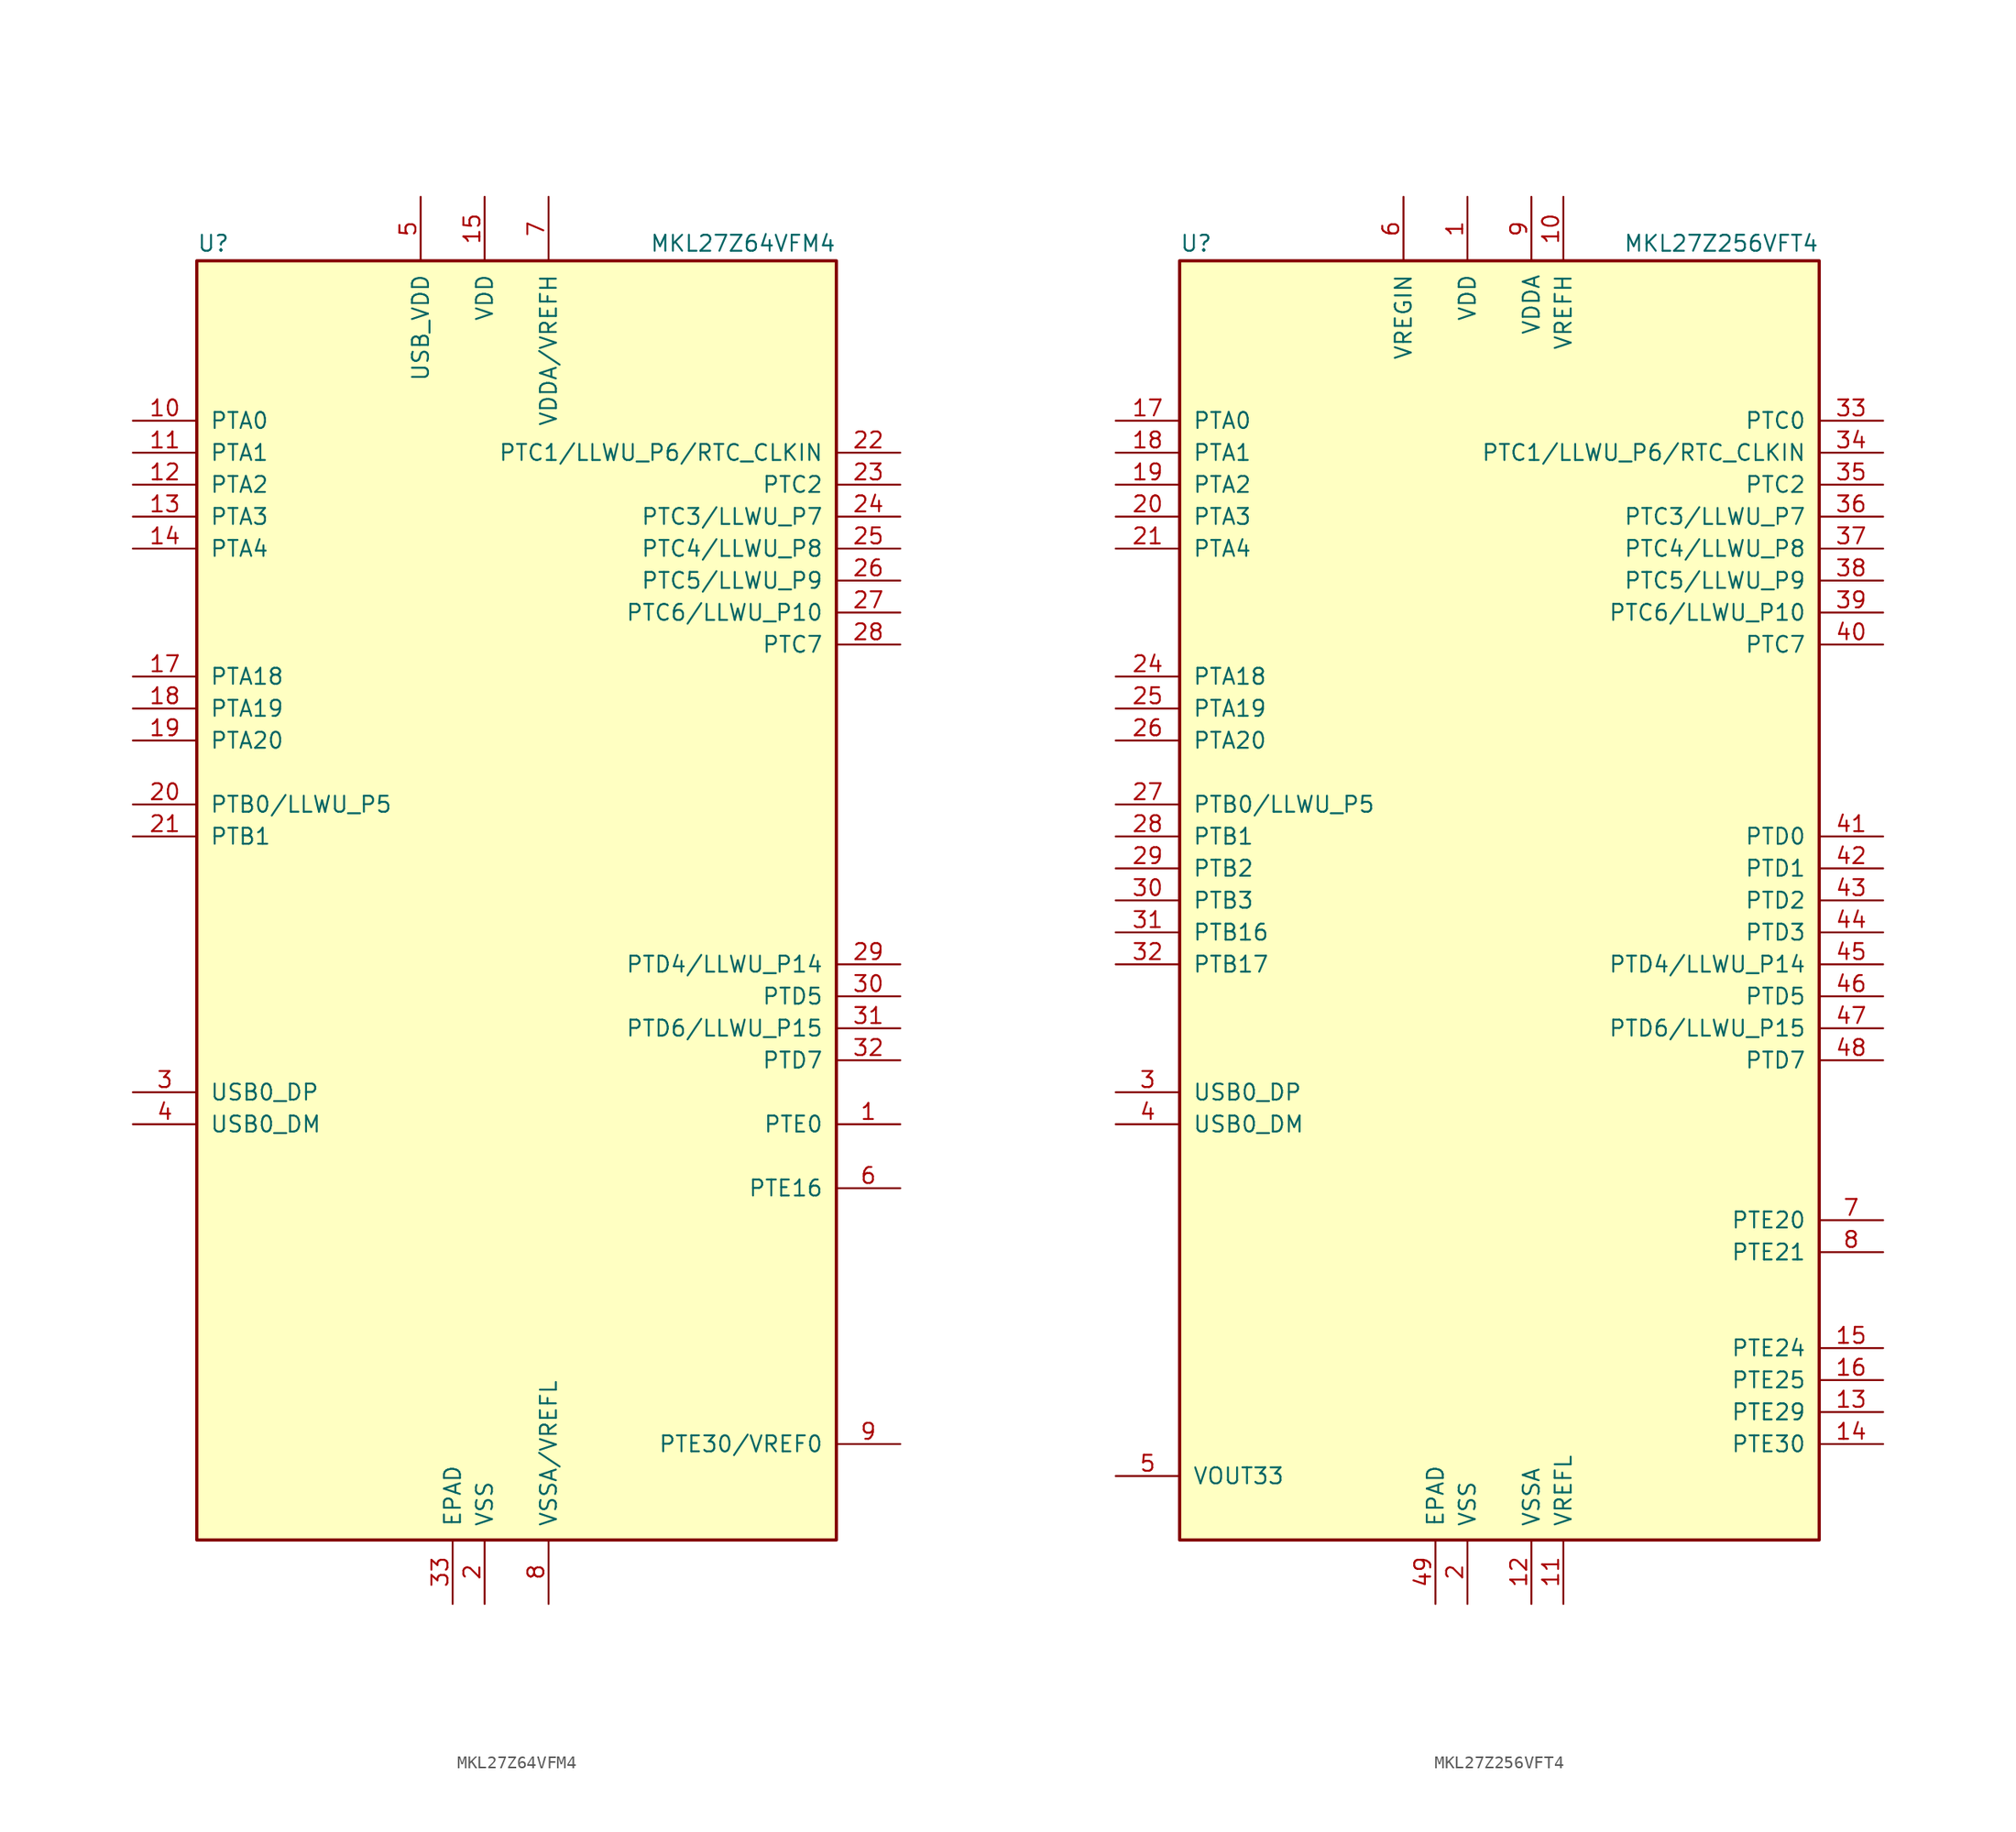
<source format=kicad_sym>
(kicad_symbol_lib
  (version 20231120)
  (generator "kicad_symbol_editor")
  (generator_version "8.0")
  (symbol "MKL27Z64VFM4"
    (pin_names
      (offset 1.016))
    (property "Reference" "U"
      (at -25.4 51.435 0)
      (effects (font (size 1.27 1.27)) (justify left bottom)))
    (property "Value" "MKL27Z64VFM4"
      (at 25.4 51.435 0)
      (effects (font (size 1.27 1.27)) (justify right bottom)))
    (symbol "MKL27Z64VFM4_0_1"
      (rectangle (start -25.4 50.8) (end 25.4 -50.8) (stroke (width 0.254) (type default)) (fill (type background))))
    (symbol "MKL27Z64VFM4_1_1"
      (pin bidirectional line (at 30.48 -17.78 180) (length 5.08) (name "PTE0" (effects (font (size 1.27 1.27)))) (number "1" (effects (font (size 1.27 1.27)))))
      (pin bidirectional line (at -30.48 38.1 0) (length 5.08) (name "PTA0" (effects (font (size 1.27 1.27)))) (number "10" (effects (font (size 1.27 1.27)))))
      (pin bidirectional line (at -30.48 35.56 0) (length 5.08) (name "PTA1" (effects (font (size 1.27 1.27)))) (number "11" (effects (font (size 1.27 1.27)))))
      (pin bidirectional line (at -30.48 33.02 0) (length 5.08) (name "PTA2" (effects (font (size 1.27 1.27)))) (number "12" (effects (font (size 1.27 1.27)))))
      (pin bidirectional line (at -30.48 30.48 0) (length 5.08) (name "PTA3" (effects (font (size 1.27 1.27)))) (number "13" (effects (font (size 1.27 1.27)))))
      (pin bidirectional line (at -30.48 27.94 0) (length 5.08) (name "PTA4" (effects (font (size 1.27 1.27)))) (number "14" (effects (font (size 1.27 1.27)))))
      (pin power_in line (at -2.54 55.88 270) (length 5.08) (name "VDD" (effects (font (size 1.27 1.27)))) (number "15" (effects (font (size 1.27 1.27)))))
      (pin passive line (at -2.54 -55.88 90) (length 5.08) hide (name "VSS" (effects (font (size 1.27 1.27)))) (number "16" (effects (font (size 1.27 1.27)))))
      (pin bidirectional line (at -30.48 17.78 0) (length 5.08) (name "PTA18" (effects (font (size 1.27 1.27)))) (number "17" (effects (font (size 1.27 1.27)))))
      (pin bidirectional line (at -30.48 15.24 0) (length 5.08) (name "PTA19" (effects (font (size 1.27 1.27)))) (number "18" (effects (font (size 1.27 1.27)))))
      (pin bidirectional line (at -30.48 12.7 0) (length 5.08) (name "PTA20" (effects (font (size 1.27 1.27)))) (number "19" (effects (font (size 1.27 1.27)))))
      (pin power_in line (at -2.54 -55.88 90) (length 5.08) (name "VSS" (effects (font (size 1.27 1.27)))) (number "2" (effects (font (size 1.27 1.27)))))
      (pin bidirectional line (at -30.48 7.62 0) (length 5.08) (name "PTB0/LLWU_P5" (effects (font (size 1.27 1.27)))) (number "20" (effects (font (size 1.27 1.27)))))
      (pin bidirectional line (at -30.48 5.08 0) (length 5.08) (name "PTB1" (effects (font (size 1.27 1.27)))) (number "21" (effects (font (size 1.27 1.27)))))
      (pin bidirectional line (at 30.48 35.56 180) (length 5.08) (name "PTC1/LLWU_P6/RTC_CLKIN" (effects (font (size 1.27 1.27)))) (number "22" (effects (font (size 1.27 1.27)))))
      (pin bidirectional line (at 30.48 33.02 180) (length 5.08) (name "PTC2" (effects (font (size 1.27 1.27)))) (number "23" (effects (font (size 1.27 1.27)))))
      (pin bidirectional line (at 30.48 30.48 180) (length 5.08) (name "PTC3/LLWU_P7" (effects (font (size 1.27 1.27)))) (number "24" (effects (font (size 1.27 1.27)))))
      (pin bidirectional line (at 30.48 27.94 180) (length 5.08) (name "PTC4/LLWU_P8" (effects (font (size 1.27 1.27)))) (number "25" (effects (font (size 1.27 1.27)))))
      (pin bidirectional line (at 30.48 25.4 180) (length 5.08) (name "PTC5/LLWU_P9" (effects (font (size 1.27 1.27)))) (number "26" (effects (font (size 1.27 1.27)))))
      (pin bidirectional line (at 30.48 22.86 180) (length 5.08) (name "PTC6/LLWU_P10" (effects (font (size 1.27 1.27)))) (number "27" (effects (font (size 1.27 1.27)))))
      (pin bidirectional line (at 30.48 20.32 180) (length 5.08) (name "PTC7" (effects (font (size 1.27 1.27)))) (number "28" (effects (font (size 1.27 1.27)))))
      (pin bidirectional line (at 30.48 -5.08 180) (length 5.08) (name "PTD4/LLWU_P14" (effects (font (size 1.27 1.27)))) (number "29" (effects (font (size 1.27 1.27)))))
      (pin bidirectional line (at -30.48 -15.24 0) (length 5.08) (name "USB0_DP" (effects (font (size 1.27 1.27)))) (number "3" (effects (font (size 1.27 1.27)))))
      (pin bidirectional line (at 30.48 -7.62 180) (length 5.08) (name "PTD5" (effects (font (size 1.27 1.27)))) (number "30" (effects (font (size 1.27 1.27)))))
      (pin bidirectional line (at 30.48 -10.16 180) (length 5.08) (name "PTD6/LLWU_P15" (effects (font (size 1.27 1.27)))) (number "31" (effects (font (size 1.27 1.27)))))
      (pin bidirectional line (at 30.48 -12.7 180) (length 5.08) (name "PTD7" (effects (font (size 1.27 1.27)))) (number "32" (effects (font (size 1.27 1.27)))))
      (pin power_in line (at -5.08 -55.88 90) (length 5.08) (name "EPAD" (effects (font (size 1.27 1.27)))) (number "33" (effects (font (size 1.27 1.27)))))
      (pin bidirectional line (at -30.48 -17.78 0) (length 5.08) (name "USB0_DM" (effects (font (size 1.27 1.27)))) (number "4" (effects (font (size 1.27 1.27)))))
      (pin power_in line (at -7.62 55.88 270) (length 5.08) (name "USB_VDD" (effects (font (size 1.27 1.27)))) (number "5" (effects (font (size 1.27 1.27)))))
      (pin bidirectional line (at 30.48 -22.86 180) (length 5.08) (name "PTE16" (effects (font (size 1.27 1.27)))) (number "6" (effects (font (size 1.27 1.27)))))
      (pin power_in line (at 2.54 55.88 270) (length 5.08) (name "VDDA/VREFH" (effects (font (size 1.27 1.27)))) (number "7" (effects (font (size 1.27 1.27)))))
      (pin power_in line (at 2.54 -55.88 90) (length 5.08) (name "VSSA/VREFL" (effects (font (size 1.27 1.27)))) (number "8" (effects (font (size 1.27 1.27)))))
      (pin bidirectional line (at 30.48 -43.18 180) (length 5.08) (name "PTE30/VREF0" (effects (font (size 1.27 1.27)))) (number "9" (effects (font (size 1.27 1.27)))))))
  (symbol "MKL27Z256VFT4"
    (pin_names
      (offset 1.016))
    (property "Reference" "U"
      (at -25.4 51.435 0)
      (effects (font (size 1.27 1.27)) (justify left bottom)))
    (property "Value" "MKL27Z256VFT4"
      (at 25.4 51.435 0)
      (effects (font (size 1.27 1.27)) (justify right bottom)))
    (symbol "MKL27Z256VFT4_0_1"
      (rectangle (start -25.4 50.8) (end 25.4 -50.8) (stroke (width 0.254) (type default)) (fill (type background))))
    (symbol "MKL27Z256VFT4_1_1"
      (pin power_in line (at -2.54 55.88 270) (length 5.08) (name "VDD" (effects (font (size 1.27 1.27)))) (number "1" (effects (font (size 1.27 1.27)))))
      (pin power_in line (at 5.08 55.88 270) (length 5.08) (name "VREFH" (effects (font (size 1.27 1.27)))) (number "10" (effects (font (size 1.27 1.27)))))
      (pin power_in line (at 5.08 -55.88 90) (length 5.08) (name "VREFL" (effects (font (size 1.27 1.27)))) (number "11" (effects (font (size 1.27 1.27)))))
      (pin power_in line (at 2.54 -55.88 90) (length 5.08) (name "VSSA" (effects (font (size 1.27 1.27)))) (number "12" (effects (font (size 1.27 1.27)))))
      (pin bidirectional line (at 30.48 -40.64 180) (length 5.08) (name "PTE29" (effects (font (size 1.27 1.27)))) (number "13" (effects (font (size 1.27 1.27)))))
      (pin bidirectional line (at 30.48 -43.18 180) (length 5.08) (name "PTE30" (effects (font (size 1.27 1.27)))) (number "14" (effects (font (size 1.27 1.27)))))
      (pin bidirectional line (at 30.48 -35.56 180) (length 5.08) (name "PTE24" (effects (font (size 1.27 1.27)))) (number "15" (effects (font (size 1.27 1.27)))))
      (pin bidirectional line (at 30.48 -38.1 180) (length 5.08) (name "PTE25" (effects (font (size 1.27 1.27)))) (number "16" (effects (font (size 1.27 1.27)))))
      (pin bidirectional line (at -30.48 38.1 0) (length 5.08) (name "PTA0" (effects (font (size 1.27 1.27)))) (number "17" (effects (font (size 1.27 1.27)))))
      (pin bidirectional line (at -30.48 35.56 0) (length 5.08) (name "PTA1" (effects (font (size 1.27 1.27)))) (number "18" (effects (font (size 1.27 1.27)))))
      (pin bidirectional line (at -30.48 33.02 0) (length 5.08) (name "PTA2" (effects (font (size 1.27 1.27)))) (number "19" (effects (font (size 1.27 1.27)))))
      (pin power_in line (at -2.54 -55.88 90) (length 5.08) (name "VSS" (effects (font (size 1.27 1.27)))) (number "2" (effects (font (size 1.27 1.27)))))
      (pin bidirectional line (at -30.48 30.48 0) (length 5.08) (name "PTA3" (effects (font (size 1.27 1.27)))) (number "20" (effects (font (size 1.27 1.27)))))
      (pin bidirectional line (at -30.48 27.94 0) (length 5.08) (name "PTA4" (effects (font (size 1.27 1.27)))) (number "21" (effects (font (size 1.27 1.27)))))
      (pin passive line (at -2.54 55.88 270) (length 5.08) hide (name "VDD" (effects (font (size 1.27 1.27)))) (number "22" (effects (font (size 1.27 1.27)))))
      (pin passive line (at -2.54 -55.88 90) (length 5.08) hide (name "VSS" (effects (font (size 1.27 1.27)))) (number "23" (effects (font (size 1.27 1.27)))))
      (pin bidirectional line (at -30.48 17.78 0) (length 5.08) (name "PTA18" (effects (font (size 1.27 1.27)))) (number "24" (effects (font (size 1.27 1.27)))))
      (pin bidirectional line (at -30.48 15.24 0) (length 5.08) (name "PTA19" (effects (font (size 1.27 1.27)))) (number "25" (effects (font (size 1.27 1.27)))))
      (pin bidirectional line (at -30.48 12.7 0) (length 5.08) (name "PTA20" (effects (font (size 1.27 1.27)))) (number "26" (effects (font (size 1.27 1.27)))))
      (pin bidirectional line (at -30.48 7.62 0) (length 5.08) (name "PTB0/LLWU_P5" (effects (font (size 1.27 1.27)))) (number "27" (effects (font (size 1.27 1.27)))))
      (pin bidirectional line (at -30.48 5.08 0) (length 5.08) (name "PTB1" (effects (font (size 1.27 1.27)))) (number "28" (effects (font (size 1.27 1.27)))))
      (pin bidirectional line (at -30.48 2.54 0) (length 5.08) (name "PTB2" (effects (font (size 1.27 1.27)))) (number "29" (effects (font (size 1.27 1.27)))))
      (pin bidirectional line (at -30.48 -15.24 0) (length 5.08) (name "USB0_DP" (effects (font (size 1.27 1.27)))) (number "3" (effects (font (size 1.27 1.27)))))
      (pin bidirectional line (at -30.48 0 0) (length 5.08) (name "PTB3" (effects (font (size 1.27 1.27)))) (number "30" (effects (font (size 1.27 1.27)))))
      (pin bidirectional line (at -30.48 -2.54 0) (length 5.08) (name "PTB16" (effects (font (size 1.27 1.27)))) (number "31" (effects (font (size 1.27 1.27)))))
      (pin bidirectional line (at -30.48 -5.08 0) (length 5.08) (name "PTB17" (effects (font (size 1.27 1.27)))) (number "32" (effects (font (size 1.27 1.27)))))
      (pin bidirectional line (at 30.48 38.1 180) (length 5.08) (name "PTC0" (effects (font (size 1.27 1.27)))) (number "33" (effects (font (size 1.27 1.27)))))
      (pin bidirectional line (at 30.48 35.56 180) (length 5.08) (name "PTC1/LLWU_P6/RTC_CLKIN" (effects (font (size 1.27 1.27)))) (number "34" (effects (font (size 1.27 1.27)))))
      (pin bidirectional line (at 30.48 33.02 180) (length 5.08) (name "PTC2" (effects (font (size 1.27 1.27)))) (number "35" (effects (font (size 1.27 1.27)))))
      (pin bidirectional line (at 30.48 30.48 180) (length 5.08) (name "PTC3/LLWU_P7" (effects (font (size 1.27 1.27)))) (number "36" (effects (font (size 1.27 1.27)))))
      (pin bidirectional line (at 30.48 27.94 180) (length 5.08) (name "PTC4/LLWU_P8" (effects (font (size 1.27 1.27)))) (number "37" (effects (font (size 1.27 1.27)))))
      (pin bidirectional line (at 30.48 25.4 180) (length 5.08) (name "PTC5/LLWU_P9" (effects (font (size 1.27 1.27)))) (number "38" (effects (font (size 1.27 1.27)))))
      (pin bidirectional line (at 30.48 22.86 180) (length 5.08) (name "PTC6/LLWU_P10" (effects (font (size 1.27 1.27)))) (number "39" (effects (font (size 1.27 1.27)))))
      (pin bidirectional line (at -30.48 -17.78 0) (length 5.08) (name "USB0_DM" (effects (font (size 1.27 1.27)))) (number "4" (effects (font (size 1.27 1.27)))))
      (pin bidirectional line (at 30.48 20.32 180) (length 5.08) (name "PTC7" (effects (font (size 1.27 1.27)))) (number "40" (effects (font (size 1.27 1.27)))))
      (pin bidirectional line (at 30.48 5.08 180) (length 5.08) (name "PTD0" (effects (font (size 1.27 1.27)))) (number "41" (effects (font (size 1.27 1.27)))))
      (pin bidirectional line (at 30.48 2.54 180) (length 5.08) (name "PTD1" (effects (font (size 1.27 1.27)))) (number "42" (effects (font (size 1.27 1.27)))))
      (pin bidirectional line (at 30.48 0 180) (length 5.08) (name "PTD2" (effects (font (size 1.27 1.27)))) (number "43" (effects (font (size 1.27 1.27)))))
      (pin bidirectional line (at 30.48 -2.54 180) (length 5.08) (name "PTD3" (effects (font (size 1.27 1.27)))) (number "44" (effects (font (size 1.27 1.27)))))
      (pin bidirectional line (at 30.48 -5.08 180) (length 5.08) (name "PTD4/LLWU_P14" (effects (font (size 1.27 1.27)))) (number "45" (effects (font (size 1.27 1.27)))))
      (pin bidirectional line (at 30.48 -7.62 180) (length 5.08) (name "PTD5" (effects (font (size 1.27 1.27)))) (number "46" (effects (font (size 1.27 1.27)))))
      (pin bidirectional line (at 30.48 -10.16 180) (length 5.08) (name "PTD6/LLWU_P15" (effects (font (size 1.27 1.27)))) (number "47" (effects (font (size 1.27 1.27)))))
      (pin bidirectional line (at 30.48 -12.7 180) (length 5.08) (name "PTD7" (effects (font (size 1.27 1.27)))) (number "48" (effects (font (size 1.27 1.27)))))
      (pin power_in line (at -5.08 -55.88 90) (length 5.08) (name "EPAD" (effects (font (size 1.27 1.27)))) (number "49" (effects (font (size 1.27 1.27)))))
      (pin power_out line (at -30.48 -45.72 0) (length 5.08) (name "VOUT33" (effects (font (size 1.27 1.27)))) (number "5" (effects (font (size 1.27 1.27)))))
      (pin power_in line (at -7.62 55.88 270) (length 5.08) (name "VREGIN" (effects (font (size 1.27 1.27)))) (number "6" (effects (font (size 1.27 1.27)))))
      (pin bidirectional line (at 30.48 -25.4 180) (length 5.08) (name "PTE20" (effects (font (size 1.27 1.27)))) (number "7" (effects (font (size 1.27 1.27)))))
      (pin bidirectional line (at 30.48 -27.94 180) (length 5.08) (name "PTE21" (effects (font (size 1.27 1.27)))) (number "8" (effects (font (size 1.27 1.27)))))
      (pin power_in line (at 2.54 55.88 270) (length 5.08) (name "VDDA" (effects (font (size 1.27 1.27)))) (number "9" (effects (font (size 1.27 1.27))))))))
</source>
